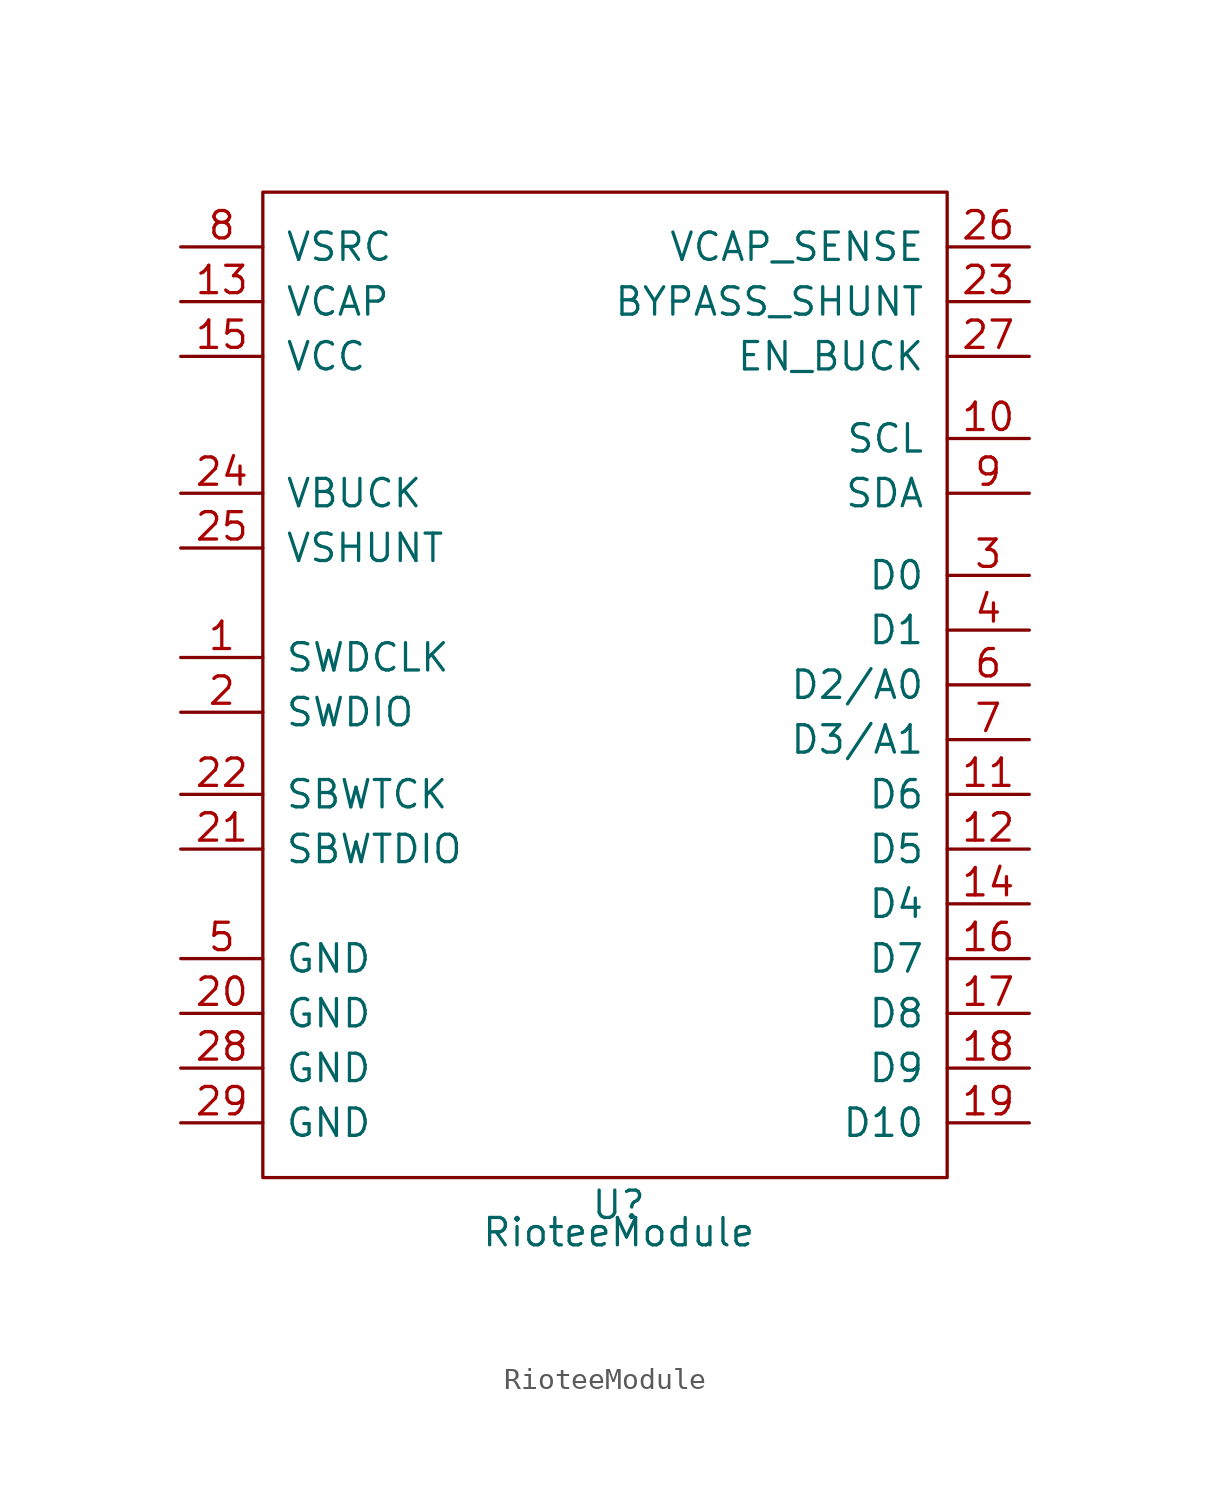
<source format=kicad_sym>
(kicad_symbol_lib
  (version 20211014)
  (generator kicad_symbol_editor)
  (symbol "RioteeModule"
    (pin_names
      (offset 1.016))
    (property "Reference" "U"
      (at 0 -16.51 0)
      (effects (font (size 1.27 1.27))))
    (property "Value" "RioteeModule"
      (at 0 -17.78 0)
      (effects (font (size 1.27 1.27))))
    (symbol "RioteeModule_0_1"
      (polyline (pts (xy -16.51 30.48) (xy 15.24 30.48) (xy 15.24 -15.24) (xy -16.51 -15.24) (xy -16.51 30.48)) (stroke (width 0) (type default) (color 0 0 0 0)) (fill (type none))))
    (symbol "RioteeModule_1_1"
      (pin input line (at -20.32 8.89 0) (length 3.81) (name "SWDCLK" (effects (font (size 1.27 1.27)))) (number "1" (effects (font (size 1.27 1.27)))))
      (pin output line (at 19.05 19.05 180) (length 3.81) (name "SCL" (effects (font (size 1.27 1.27)))) (number "10" (effects (font (size 1.27 1.27)))))
      (pin bidirectional line (at 19.05 2.54 180) (length 3.81) (name "D6" (effects (font (size 1.27 1.27)))) (number "11" (effects (font (size 1.27 1.27)))))
      (pin bidirectional line (at 19.05 0 180) (length 3.81) (name "D5" (effects (font (size 1.27 1.27)))) (number "12" (effects (font (size 1.27 1.27)))))
      (pin passive line (at -20.32 25.4 0) (length 3.81) (name "VCAP" (effects (font (size 1.27 1.27)))) (number "13" (effects (font (size 1.27 1.27)))))
      (pin bidirectional line (at 19.05 -2.54 180) (length 3.81) (name "D4" (effects (font (size 1.27 1.27)))) (number "14" (effects (font (size 1.27 1.27)))))
      (pin power_out line (at -20.32 22.86 0) (length 3.81) (name "VCC" (effects (font (size 1.27 1.27)))) (number "15" (effects (font (size 1.27 1.27)))))
      (pin bidirectional line (at 19.05 -5.08 180) (length 3.81) (name "D7" (effects (font (size 1.27 1.27)))) (number "16" (effects (font (size 1.27 1.27)))))
      (pin bidirectional line (at 19.05 -7.62 180) (length 3.81) (name "D8" (effects (font (size 1.27 1.27)))) (number "17" (effects (font (size 1.27 1.27)))))
      (pin bidirectional line (at 19.05 -10.16 180) (length 3.81) (name "D9" (effects (font (size 1.27 1.27)))) (number "18" (effects (font (size 1.27 1.27)))))
      (pin bidirectional line (at 19.05 -12.7 180) (length 3.81) (name "D10" (effects (font (size 1.27 1.27)))) (number "19" (effects (font (size 1.27 1.27)))))
      (pin bidirectional line (at -20.32 6.35 0) (length 3.81) (name "SWDIO" (effects (font (size 1.27 1.27)))) (number "2" (effects (font (size 1.27 1.27)))))
      (pin power_in line (at -20.32 -7.62 0) (length 3.81) (name "GND" (effects (font (size 1.27 1.27)))) (number "20" (effects (font (size 1.27 1.27)))))
      (pin bidirectional line (at -20.32 0 0) (length 3.81) (name "SBWTDIO" (effects (font (size 1.27 1.27)))) (number "21" (effects (font (size 1.27 1.27)))))
      (pin input line (at -20.32 2.54 0) (length 3.81) (name "SBWTCK" (effects (font (size 1.27 1.27)))) (number "22" (effects (font (size 1.27 1.27)))))
      (pin input line (at 19.05 25.4 180) (length 3.81) (name "BYPASS_SHUNT" (effects (font (size 1.27 1.27)))) (number "23" (effects (font (size 1.27 1.27)))))
      (pin passive line (at -20.32 16.51 0) (length 3.81) (name "VBUCK" (effects (font (size 1.27 1.27)))) (number "24" (effects (font (size 1.27 1.27)))))
      (pin passive line (at -20.32 13.97 0) (length 3.81) (name "VSHUNT" (effects (font (size 1.27 1.27)))) (number "25" (effects (font (size 1.27 1.27)))))
      (pin output line (at 19.05 27.94 180) (length 3.81) (name "VCAP_SENSE" (effects (font (size 1.27 1.27)))) (number "26" (effects (font (size 1.27 1.27)))))
      (pin input line (at 19.05 22.86 180) (length 3.81) (name "EN_BUCK" (effects (font (size 1.27 1.27)))) (number "27" (effects (font (size 1.27 1.27)))))
      (pin power_in line (at -20.32 -10.16 0) (length 3.81) (name "GND" (effects (font (size 1.27 1.27)))) (number "28" (effects (font (size 1.27 1.27)))))
      (pin power_in line (at -20.32 -12.7 0) (length 3.81) (name "GND" (effects (font (size 1.27 1.27)))) (number "29" (effects (font (size 1.27 1.27)))))
      (pin bidirectional line (at 19.05 12.7 180) (length 3.81) (name "D0" (effects (font (size 1.27 1.27)))) (number "3" (effects (font (size 1.27 1.27)))))
      (pin bidirectional line (at 19.05 10.16 180) (length 3.81) (name "D1" (effects (font (size 1.27 1.27)))) (number "4" (effects (font (size 1.27 1.27)))))
      (pin power_in line (at -20.32 -5.08 0) (length 3.81) (name "GND" (effects (font (size 1.27 1.27)))) (number "5" (effects (font (size 1.27 1.27)))))
      (pin bidirectional line (at 19.05 7.62 180) (length 3.81) (name "D2/A0" (effects (font (size 1.27 1.27)))) (number "6" (effects (font (size 1.27 1.27)))))
      (pin bidirectional line (at 19.05 5.08 180) (length 3.81) (name "D3/A1" (effects (font (size 1.27 1.27)))) (number "7" (effects (font (size 1.27 1.27)))))
      (pin power_in line (at -20.32 27.94 0) (length 3.81) (name "VSRC" (effects (font (size 1.27 1.27)))) (number "8" (effects (font (size 1.27 1.27)))))
      (pin bidirectional line (at 19.05 16.51 180) (length 3.81) (name "SDA" (effects (font (size 1.27 1.27)))) (number "9" (effects (font (size 1.27 1.27))))))))
</source>
